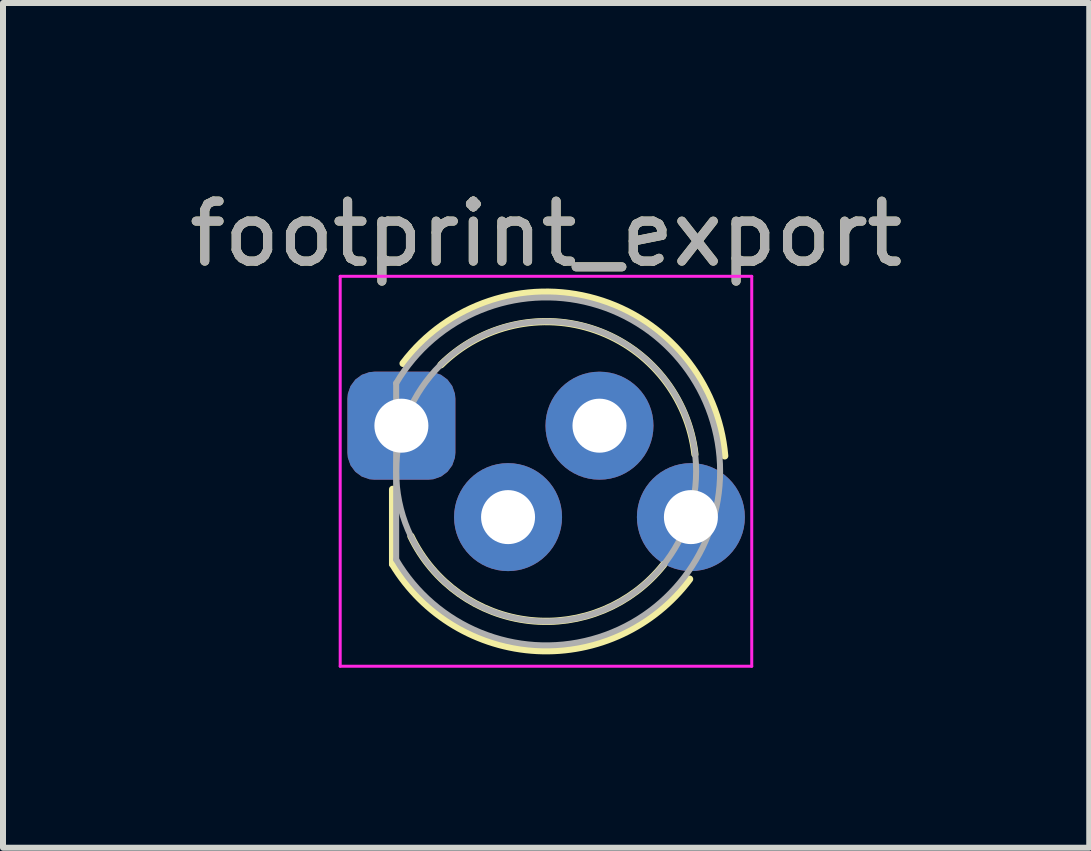
<source format=kicad_pcb>
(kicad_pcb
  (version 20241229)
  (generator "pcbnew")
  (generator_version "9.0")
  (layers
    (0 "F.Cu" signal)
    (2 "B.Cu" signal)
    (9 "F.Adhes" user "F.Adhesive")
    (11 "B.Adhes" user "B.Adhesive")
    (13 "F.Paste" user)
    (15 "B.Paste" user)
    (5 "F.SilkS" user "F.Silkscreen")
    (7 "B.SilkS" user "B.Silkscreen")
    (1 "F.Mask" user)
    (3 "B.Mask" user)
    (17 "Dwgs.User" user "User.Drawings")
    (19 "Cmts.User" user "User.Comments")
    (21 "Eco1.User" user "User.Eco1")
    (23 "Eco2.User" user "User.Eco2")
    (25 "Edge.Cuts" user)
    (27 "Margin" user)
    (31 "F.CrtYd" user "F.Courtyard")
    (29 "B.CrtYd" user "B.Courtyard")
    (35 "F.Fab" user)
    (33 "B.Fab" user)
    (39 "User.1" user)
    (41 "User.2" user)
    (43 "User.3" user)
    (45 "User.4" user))
  (footprint "footprint_export"
    (layer "F.Cu")
    (at 3.641 4.046)
    (property "Reference" "footprint_export" (at 2.413 -3.198 0) (layer "F.SilkS") (effects (font (size 1 1) (thickness 0.15))))
    (attr through_hole)
    (fp_line (start -0.147 1.061) (end -0.147 2.307) (stroke (width 0.12) (type solid)) (layer "F.SilkS"))
    (fp_arc (start 0.028 -1.038) (mid 3.238737 -2.109652) (end 5.389836 0.503784) (stroke (width 0.12) (type solid)) (layer "F.SilkS"))
    (fp_arc (start 0.660401 -1.015999) (mid 3.242766 -1.592649) (end 4.89309 0.475579) (stroke (width 0.12) (type solid)) (layer "F.SilkS"))
    (fp_arc (start 4.372086 2.315056) (mid 2.134091 3.246393) (end 0.158316 1.842) (stroke (width 0.12) (type solid)) (layer "F.SilkS"))
    (fp_arc (start 4.804334 2.556887) (mid 2.262188 3.748194) (end -0.147 2.30683) (stroke (width 0.12) (type solid)) (layer "F.SilkS"))
    (fp_line (start -1.02 -2.49) (end 5.84 -2.49) (stroke (width 0.05) (type solid)) (layer "F.CrtYd"))
    (fp_line (start -1.02 4.01) (end -1.02 -2.49) (stroke (width 0.05) (type solid)) (layer "F.CrtYd"))
    (fp_line (start 5.84 -2.49) (end 5.84 4.01) (stroke (width 0.05) (type solid)) (layer "F.CrtYd"))
    (fp_line (start 5.84 4.01) (end -1.02 4.01) (stroke (width 0.05) (type solid)) (layer "F.CrtYd"))
    (fp_line (start -0.087 -0.708) (end -0.087 2.232) (stroke (width 0.1) (type solid)) (layer "F.Fab"))
    (fp_arc (start -0.087 -0.707694) (mid 5.313 0.762016) (end -0.087016 2.231666) (stroke (width 0.1) (type solid)) (layer "F.Fab"))
    (fp_circle (center 2.413 0.762) (end 4.913 0.762) (stroke (width 0.1) (type solid)) (fill no) (layer "F.Fab"))
    (fp_text user "${REFERENCE}" (at 2.413 -3.198 0) (layer "F.Fab") (effects (font (size 1 1) (thickness 0.15))))
    (pad "1" thru_hole roundrect (at 0 0) (size 1.8 1.8) (drill 0.9) (layers "*.Cu" "*.Mask") (roundrect_rratio 0.25))
    (pad "2" thru_hole circle (at 1.778 1.524) (size 1.8 1.8) (drill 0.9) (layers "*.Cu" "*.Mask"))
    (pad "3" thru_hole circle (at 3.302 0) (size 1.8 1.8) (drill 0.9) (layers "*.Cu" "*.Mask"))
    (pad "4" thru_hole circle (at 4.826 1.524) (size 1.8 1.8) (drill 0.9) (layers "*.Cu" "*.Mask")))
  (gr_rect
    (start -3 -3)
    (end 15.107 11.081)
    (stroke (width 0.1) (type default))
    (fill no)
    (layer "Edge.Cuts")))
</source>
